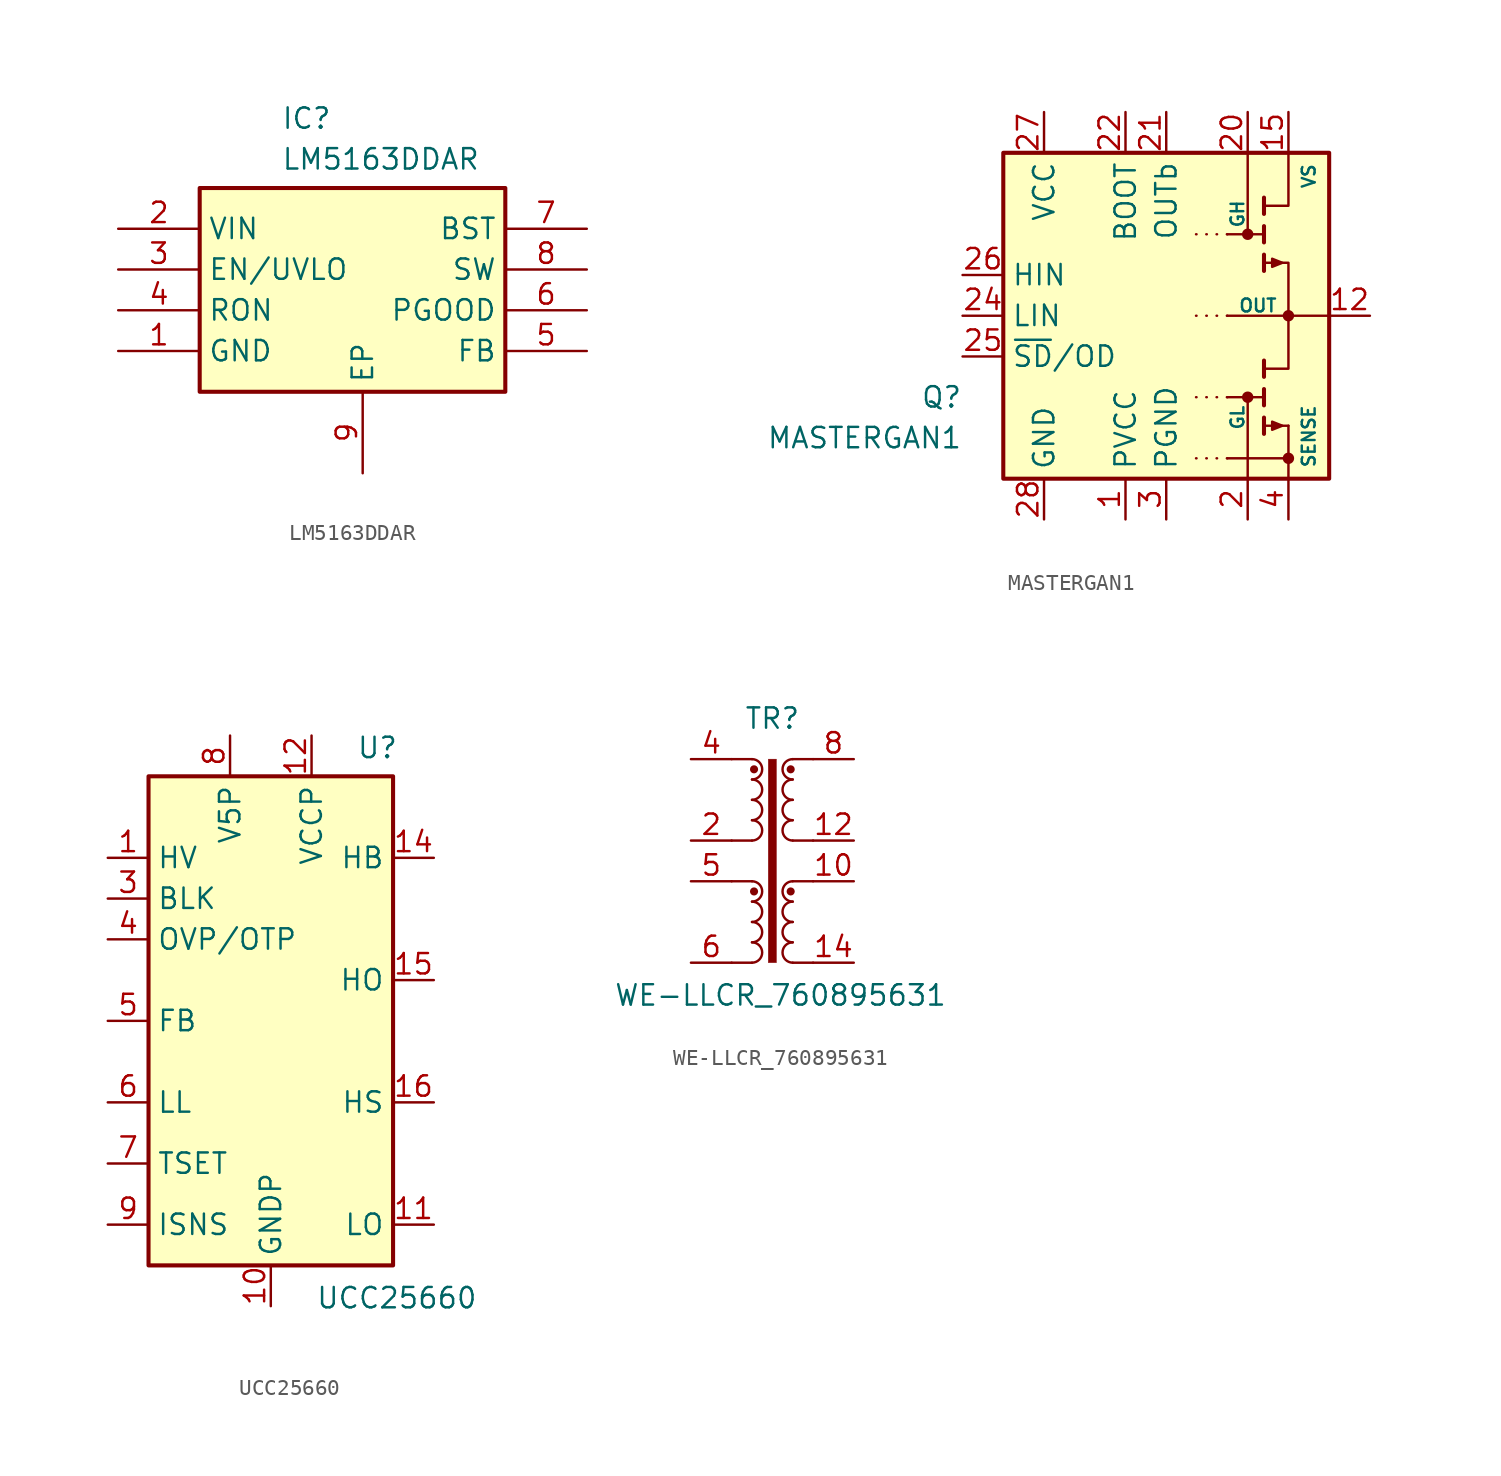
<source format=kicad_sym>
(kicad_symbol_lib
  (version 20231120)
  (generator "kicad_symbol_editor")
  (generator_version "8.0")
  (symbol "LM5163DDAR"
    (property "Reference" "IC"
      (at -5.08 11.43 0)
      (effects (font (size 1.27 1.27)) (justify left top)))
    (property "Value" "LM5163DDAR"
      (at -5.08 8.89 0)
      (effects (font (size 1.27 1.27)) (justify left top)))
    (symbol "LM5163DDAR_1_1"
      (rectangle (start -10.16 6.35) (end 8.89 -6.35) (stroke (width 0.254) (type default)) (fill (type background)))
      (pin passive line (at -15.24 -3.81 0) (length 5.08) (name "GND" (effects (font (size 1.27 1.27)))) (number "1" (effects (font (size 1.27 1.27)))))
      (pin passive line (at -15.24 3.81 0) (length 5.08) (name "VIN" (effects (font (size 1.27 1.27)))) (number "2" (effects (font (size 1.27 1.27)))))
      (pin passive line (at -15.24 1.27 0) (length 5.08) (name "EN/UVLO" (effects (font (size 1.27 1.27)))) (number "3" (effects (font (size 1.27 1.27)))))
      (pin passive line (at -15.24 -1.27 0) (length 5.08) (name "RON" (effects (font (size 1.27 1.27)))) (number "4" (effects (font (size 1.27 1.27)))))
      (pin passive line (at 13.97 -3.81 180) (length 5.08) (name "FB" (effects (font (size 1.27 1.27)))) (number "5" (effects (font (size 1.27 1.27)))))
      (pin passive line (at 13.97 -1.27 180) (length 5.08) (name "PGOOD" (effects (font (size 1.27 1.27)))) (number "6" (effects (font (size 1.27 1.27)))))
      (pin passive line (at 13.97 3.81 180) (length 5.08) (name "BST" (effects (font (size 1.27 1.27)))) (number "7" (effects (font (size 1.27 1.27)))))
      (pin passive line (at 13.97 1.27 180) (length 5.08) (name "SW" (effects (font (size 1.27 1.27)))) (number "8" (effects (font (size 1.27 1.27)))))
      (pin passive line (at 0 -11.43 90) (length 5.08) (name "EP" (effects (font (size 1.27 1.27)))) (number "9" (effects (font (size 1.27 1.27)))))))
  (symbol "MASTERGAN1"
    (property "Reference" "Q"
      (at -12.7 -5.08 0)
      (do_not_autoplace)
      (effects (font (size 1.27 1.27)) (justify right)))
    (property "Value" "MASTERGAN1"
      (at -12.7 -7.62 0)
      (do_not_autoplace)
      (effects (font (size 1.27 1.27)) (justify right)))
    (symbol "MASTERGAN1_0_1"
      (rectangle (start -10.16 10.16) (end 10.16 -10.16) (stroke (width 0.254) (type default)) (fill (type background)))
      (polyline (pts (xy 3.81 -5.08) (xy 6.096 -5.08)) (stroke (width 0) (type default)) (fill (type none)))
      (polyline (pts (xy 3.81 5.08) (xy 6.096 5.08)) (stroke (width 0) (type default)) (fill (type none)))
      (polyline (pts (xy 6.096 -6.35) (xy 6.096 -7.366)) (stroke (width 0.254) (type default)) (fill (type none)))
      (polyline (pts (xy 6.096 -4.572) (xy 6.096 -5.588)) (stroke (width 0.254) (type default)) (fill (type none)))
      (polyline (pts (xy 6.096 -2.794) (xy 6.096 -3.81)) (stroke (width 0.254) (type default)) (fill (type none)))
      (polyline (pts (xy 6.096 3.81) (xy 6.096 2.794)) (stroke (width 0.254) (type default)) (fill (type none)))
      (polyline (pts (xy 6.096 5.588) (xy 6.096 4.572)) (stroke (width 0.254) (type default)) (fill (type none)))
      (polyline (pts (xy 6.096 7.366) (xy 6.096 6.35)) (stroke (width 0.254) (type default)) (fill (type none)))
      (polyline (pts (xy 6.223 -6.858) (xy 7.62 -6.858)) (stroke (width 0) (type default)) (fill (type none)))
      (polyline (pts (xy 7.62 -8.89) (xy 3.81 -8.89)) (stroke (width 0) (type default)) (fill (type none)))
      (polyline (pts (xy 7.62 0) (xy 3.81 0)) (stroke (width 0) (type default)) (fill (type none)))
      (polyline (pts (xy 10.16 0) (xy 7.62 0)) (stroke (width 0) (type default)) (fill (type none)))
      (polyline (pts (xy 6.096 6.858) (xy 7.62 6.858) (xy 7.62 10.16)) (stroke (width 0) (type default)) (fill (type none)))
      (polyline (pts (xy 6.096 3.302) (xy 7.62 3.302) (xy 7.62 -3.302) (xy 6.096 -3.302)) (stroke (width 0) (type default)) (fill (type none)))
      (polyline (pts (xy 7.239 -6.858) (xy 6.604 -7.112) (xy 6.604 -6.604) (xy 7.239 -6.858)) (stroke (width 0) (type default)) (fill (type outline)))
      (polyline (pts (xy 7.239 3.302) (xy 6.604 3.048) (xy 6.604 3.556) (xy 7.239 3.302)) (stroke (width 0) (type default)) (fill (type outline)))
      (circle (center 5.08 -5.08) (radius 0.279) (stroke (width 0) (type default)) (fill (type outline)))
      (circle (center 5.08 5.08) (radius 0.279) (stroke (width 0) (type default)) (fill (type outline)))
      (circle (center 7.62 -8.89) (radius 0.279) (stroke (width 0) (type default)) (fill (type outline)))
      (circle (center 7.62 0) (radius 0.279) (stroke (width 0) (type default)) (fill (type outline))))
    (symbol "MASTERGAN1_1_1"
      (polyline (pts (xy 3.81 -8.89) (xy 1.27 -8.89)) (stroke (width 0) (type dot)) (fill (type none)))
      (polyline (pts (xy 3.81 -5.08) (xy 1.27 -5.08)) (stroke (width 0) (type dot)) (fill (type none)))
      (polyline (pts (xy 3.81 0) (xy 1.27 0)) (stroke (width 0) (type dot)) (fill (type none)))
      (polyline (pts (xy 3.81 5.08) (xy 1.27 5.08)) (stroke (width 0) (type dot)) (fill (type none)))
      (polyline (pts (xy 5.08 -5.08) (xy 5.08 -10.16)) (stroke (width 0) (type default)) (fill (type none)))
      (polyline (pts (xy 5.08 10.16) (xy 5.08 5.08)) (stroke (width 0) (type default)) (fill (type none)))
      (polyline (pts (xy 7.62 -10.16) (xy 7.62 -6.858)) (stroke (width 0) (type default)) (fill (type none)))
      (text "GH" (at 4.445 6.35 900) (effects (font (size 0.8 0.8) (color 0 100 100 1))))
      (text "GL" (at 4.445 -6.35 900) (effects (font (size 0.8 0.8) (color 0 100 100 1))))
      (text "OUT" (at 5.715 0.635 0) (effects (font (size 0.8 0.8) (color 0 100 100 1))))
      (text "SENSE" (at 8.89 -9.525 900) (effects (font (size 0.8 0.8) (color 0 100 100 1)) (justify left)))
      (text "VS" (at 8.89 9.525 900) (effects (font (size 0.8 0.8) (color 0 100 100 1)) (justify right)))
      (pin power_in line (at -2.54 -12.7 90) (length 2.54) (name "PVCC" (effects (font (size 1.27 1.27)))) (number "1" (effects (font (size 1.27 1.27)))))
      (pin passive line (at 7.62 -12.7 90) (length 2.54) hide (name "SENSE" (effects (font (size 1.27 1.27)))) (number "10" (effects (font (size 1.27 1.27)))))
      (pin passive line (at 7.62 -12.7 90) (length 2.54) hide (name "SENSE" (effects (font (size 1.27 1.27)))) (number "11" (effects (font (size 1.27 1.27)))))
      (pin passive line (at 12.7 0 180) (length 2.54) (name "~" (effects (font (size 1.27 1.27)))) (number "12" (effects (font (size 1.27 1.27)))))
      (pin passive line (at 12.7 0 180) (length 2.54) hide (name "OUT" (effects (font (size 1.27 1.27)))) (number "13" (effects (font (size 1.27 1.27)))))
      (pin passive line (at 12.7 0 180) (length 2.54) hide (name "OUT" (effects (font (size 1.27 1.27)))) (number "14" (effects (font (size 1.27 1.27)))))
      (pin passive line (at 7.62 12.7 270) (length 2.54) (name "~" (effects (font (size 1.27 1.27)))) (number "15" (effects (font (size 1.27 1.27)))))
      (pin passive line (at 7.62 12.7 270) (length 2.54) hide (name "VS" (effects (font (size 1.27 1.27)))) (number "16" (effects (font (size 1.27 1.27)))))
      (pin passive line (at 7.62 12.7 270) (length 2.54) hide (name "VS" (effects (font (size 1.27 1.27)))) (number "17" (effects (font (size 1.27 1.27)))))
      (pin passive line (at 7.62 12.7 270) (length 2.54) hide (name "VS" (effects (font (size 1.27 1.27)))) (number "18" (effects (font (size 1.27 1.27)))))
      (pin passive line (at 7.62 12.7 270) (length 2.54) hide (name "VS" (effects (font (size 1.27 1.27)))) (number "19" (effects (font (size 1.27 1.27)))))
      (pin output line (at 5.08 -12.7 90) (length 2.54) (name "~" (effects (font (size 1.27 1.27)))) (number "2" (effects (font (size 1.27 1.27)))))
      (pin output line (at 5.08 12.7 270) (length 2.54) (name "~" (effects (font (size 1.27 1.27)))) (number "20" (effects (font (size 1.27 1.27)))))
      (pin power_in line (at 0 12.7 270) (length 2.54) (name "OUTb" (effects (font (size 1.27 1.27)))) (number "21" (effects (font (size 1.27 1.27)))))
      (pin power_out line (at -2.54 12.7 270) (length 2.54) (name "BOOT" (effects (font (size 1.27 1.27)))) (number "22" (effects (font (size 1.27 1.27)))))
      (pin no_connect line (at -10.16 7.62 0) (length 2.54) hide (name "NC" (effects (font (size 1.27 1.27)))) (number "23" (effects (font (size 1.27 1.27)))))
      (pin input line (at -12.7 0 0) (length 2.54) (name "LIN" (effects (font (size 1.27 1.27)))) (number "24" (effects (font (size 1.27 1.27)))))
      (pin bidirectional line (at -12.7 -2.54 0) (length 2.54) (name "~{SD}/OD" (effects (font (size 1.27 1.27)))) (number "25" (effects (font (size 1.27 1.27)))))
      (pin input line (at -12.7 2.54 0) (length 2.54) (name "HIN" (effects (font (size 1.27 1.27)))) (number "26" (effects (font (size 1.27 1.27)))))
      (pin power_in line (at -7.62 12.7 270) (length 2.54) (name "VCC" (effects (font (size 1.27 1.27)))) (number "27" (effects (font (size 1.27 1.27)))))
      (pin power_in line (at -7.62 -12.7 90) (length 2.54) (name "GND" (effects (font (size 1.27 1.27)))) (number "28" (effects (font (size 1.27 1.27)))))
      (pin no_connect line (at -10.16 5.08 0) (length 2.54) hide (name "NC" (effects (font (size 1.27 1.27)))) (number "29" (effects (font (size 1.27 1.27)))))
      (pin power_in line (at 0 -12.7 90) (length 2.54) (name "PGND" (effects (font (size 1.27 1.27)))) (number "3" (effects (font (size 1.27 1.27)))))
      (pin no_connect line (at -10.16 -5.08 0) (length 2.54) hide (name "NC" (effects (font (size 1.27 1.27)))) (number "30" (effects (font (size 1.27 1.27)))))
      (pin no_connect line (at -10.16 -7.62 0) (length 2.54) hide (name "NC" (effects (font (size 1.27 1.27)))) (number "31" (effects (font (size 1.27 1.27)))))
      (pin passive line (at 7.62 -12.7 90) (length 2.54) (name "~" (effects (font (size 1.27 1.27)))) (number "4" (effects (font (size 1.27 1.27)))))
      (pin passive line (at 7.62 -12.7 90) (length 2.54) hide (name "SENSE" (effects (font (size 1.27 1.27)))) (number "5" (effects (font (size 1.27 1.27)))))
      (pin passive line (at 7.62 -12.7 90) (length 2.54) hide (name "SENSE" (effects (font (size 1.27 1.27)))) (number "6" (effects (font (size 1.27 1.27)))))
      (pin passive line (at 7.62 -12.7 90) (length 2.54) hide (name "SENSE" (effects (font (size 1.27 1.27)))) (number "7" (effects (font (size 1.27 1.27)))))
      (pin passive line (at 7.62 -12.7 90) (length 2.54) hide (name "SENSE" (effects (font (size 1.27 1.27)))) (number "8" (effects (font (size 1.27 1.27)))))
      (pin passive line (at 7.62 -12.7 90) (length 2.54) hide (name "SENSE" (effects (font (size 1.27 1.27)))) (number "9" (effects (font (size 1.27 1.27)))))
      (pin power_in line (at -7.62 -12.7 90) (length 2.54) hide (name "GND" (effects (font (size 1.27 1.27)))) (number "EP1" (effects (font (size 1.27 1.27)))))
      (pin passive line (at 7.62 -12.7 90) (length 2.54) hide (name "SENSE" (effects (font (size 1.27 1.27)))) (number "EP2" (effects (font (size 1.27 1.27)))))
      (pin passive line (at 12.7 0 180) (length 2.54) hide (name "OUT" (effects (font (size 1.27 1.27)))) (number "EP3" (effects (font (size 1.27 1.27)))))))
  (symbol "UCC25660"
    (property "Reference" "U"
      (at 5.334 17.018 0)
      (effects (font (size 1.27 1.27)) (justify left)))
    (property "Value" "UCC25660"
      (at 2.794 -17.272 0)
      (effects (font (size 1.27 1.27)) (justify left)))
    (symbol "UCC25660_0_1"
      (rectangle (start -7.62 15.24) (end 7.62 -15.24) (stroke (width 0.254) (type default)) (fill (type background))))
    (symbol "UCC25660_1_1"
      (pin input line (at -10.16 10.16 0) (length 2.54) (name "HV" (effects (font (size 1.27 1.27)))) (number "1" (effects (font (size 1.27 1.27)))))
      (pin power_in line (at 0 -17.78 90) (length 2.54) (name "GNDP" (effects (font (size 1.27 1.27)))) (number "10" (effects (font (size 1.27 1.27)))))
      (pin output line (at 10.16 -12.7 180) (length 2.54) (name "LO" (effects (font (size 1.27 1.27)))) (number "11" (effects (font (size 1.27 1.27)))))
      (pin power_in line (at 2.54 17.78 270) (length 2.54) (name "VCCP" (effects (font (size 1.27 1.27)))) (number "12" (effects (font (size 1.27 1.27)))))
      (pin input line (at 10.16 10.16 180) (length 2.54) (name "HB" (effects (font (size 1.27 1.27)))) (number "14" (effects (font (size 1.27 1.27)))))
      (pin output line (at 10.16 2.54 180) (length 2.54) (name "HO" (effects (font (size 1.27 1.27)))) (number "15" (effects (font (size 1.27 1.27)))))
      (pin input line (at 10.16 -5.08 180) (length 2.54) (name "HS" (effects (font (size 1.27 1.27)))) (number "16" (effects (font (size 1.27 1.27)))))
      (pin input line (at -10.16 7.62 0) (length 2.54) (name "BLK" (effects (font (size 1.27 1.27)))) (number "3" (effects (font (size 1.27 1.27)))))
      (pin input line (at -10.16 5.08 0) (length 2.54) (name "OVP/OTP" (effects (font (size 1.27 1.27)))) (number "4" (effects (font (size 1.27 1.27)))))
      (pin input line (at -10.16 0 0) (length 2.54) (name "FB" (effects (font (size 1.27 1.27)))) (number "5" (effects (font (size 1.27 1.27)))))
      (pin input line (at -10.16 -5.08 0) (length 2.54) (name "LL" (effects (font (size 1.27 1.27)))) (number "6" (effects (font (size 1.27 1.27)))))
      (pin bidirectional line (at -10.16 -8.89 0) (length 2.54) (name "TSET" (effects (font (size 1.27 1.27)))) (number "7" (effects (font (size 1.27 1.27)))))
      (pin power_out line (at -2.54 17.78 270) (length 2.54) (name "V5P" (effects (font (size 1.27 1.27)))) (number "8" (effects (font (size 1.27 1.27)))))
      (pin input line (at -10.16 -12.7 0) (length 2.54) (name "ISNS" (effects (font (size 1.27 1.27)))) (number "9" (effects (font (size 1.27 1.27)))))))
  (symbol "WE-LLCR_760895631"
    (property "Reference" "TR"
      (at 0 8.89 0)
      (effects (font (size 1.27 1.27))))
    (property "Value" "WE-LLCR_760895631"
      (at 0.508 -8.382 0)
      (effects (font (size 1.27 1.27))))
    (symbol "WE-LLCR_760895631_0_1"
      (arc (start -1.27 -6.35) (mid -0.6377 -5.715) (end -1.27 -5.08) (stroke (width 0) (type default)) (fill (type none)))
      (arc (start -1.27 -5.08) (mid -0.6377 -4.445) (end -1.27 -3.81) (stroke (width 0) (type default)) (fill (type none)))
      (arc (start -1.27 1.27) (mid -0.6377 1.905) (end -1.27 2.54) (stroke (width 0) (type default)) (fill (type none)))
      (arc (start -1.27 2.54) (mid -0.6377 3.175) (end -1.27 3.81) (stroke (width 0) (type default)) (fill (type none)))
      (rectangle (start -0.254 6.35) (end 0.254 -6.35) (stroke (width 0.025) (type default)) (fill (type outline)))
      (polyline (pts (xy -2.54 -6.35) (xy -1.27 -6.35)) (stroke (width 0) (type default)) (fill (type none)))
      (polyline (pts (xy -2.54 -1.27) (xy -1.27 -1.27)) (stroke (width 0) (type default)) (fill (type none)))
      (polyline (pts (xy -2.54 1.27) (xy -1.27 1.27)) (stroke (width 0) (type default)) (fill (type none)))
      (polyline (pts (xy -2.54 6.35) (xy -1.27 6.35)) (stroke (width 0) (type default)) (fill (type none)))
      (polyline (pts (xy 1.27 -6.35) (xy 2.54 -6.35)) (stroke (width 0) (type default)) (fill (type none)))
      (polyline (pts (xy 1.27 -1.27) (xy 2.54 -1.27)) (stroke (width 0) (type default)) (fill (type none)))
      (polyline (pts (xy 1.27 1.27) (xy 2.54 1.27)) (stroke (width 0) (type default)) (fill (type none)))
      (polyline (pts (xy 1.27 6.35) (xy 2.54 6.35)) (stroke (width 0) (type default)) (fill (type none))))
    (symbol "WE-LLCR_760895631_1_1"
      (arc (start -1.27 -3.81) (mid -0.6377 -3.175) (end -1.27 -2.54) (stroke (width 0) (type default)) (fill (type none)))
      (arc (start -1.27 -2.54) (mid -0.6377 -1.905) (end -1.27 -1.27) (stroke (width 0) (type default)) (fill (type none)))
      (arc (start -1.27 3.81) (mid -0.6377 4.445) (end -1.27 5.08) (stroke (width 0) (type default)) (fill (type none)))
      (arc (start -1.27 5.08) (mid -0.6377 5.715) (end -1.27 6.35) (stroke (width 0) (type default)) (fill (type none)))
      (circle (center -1.143 -1.905) (radius 0.127) (stroke (width 0.254) (type default)) (fill (type none)))
      (circle (center -1.143 5.715) (radius 0.127) (stroke (width 0.254) (type default)) (fill (type none)))
      (circle (center 1.143 -1.905) (radius 0.127) (stroke (width 0.254) (type default)) (fill (type none)))
      (circle (center 1.143 5.715) (radius 0.127) (stroke (width 0.254) (type default)) (fill (type none)))
      (arc (start 1.27 -5.08) (mid 0.6377 -5.715) (end 1.27 -6.35) (stroke (width 0) (type default)) (fill (type none)))
      (arc (start 1.27 -3.81) (mid 0.6377 -4.445) (end 1.27 -5.08) (stroke (width 0) (type default)) (fill (type none)))
      (arc (start 1.27 -2.54) (mid 0.6377 -3.175) (end 1.27 -3.81) (stroke (width 0) (type default)) (fill (type none)))
      (arc (start 1.27 -1.27) (mid 0.6377 -1.905) (end 1.27 -2.54) (stroke (width 0) (type default)) (fill (type none)))
      (arc (start 1.27 2.54) (mid 0.6377 1.905) (end 1.27 1.27) (stroke (width 0) (type default)) (fill (type none)))
      (arc (start 1.27 3.81) (mid 0.6377 3.175) (end 1.27 2.54) (stroke (width 0) (type default)) (fill (type none)))
      (arc (start 1.27 5.08) (mid 0.6377 4.445) (end 1.27 3.81) (stroke (width 0) (type default)) (fill (type none)))
      (arc (start 1.27 6.35) (mid 0.6377 5.715) (end 1.27 5.08) (stroke (width 0) (type default)) (fill (type none)))
      (pin no_connect line (at -1.27 1.27 90) (length 2.54) hide (name "NC" (effects (font (size 1.27 1.27)))) (number "1" (effects (font (size 1.27 1.27)))))
      (pin passive line (at 5.08 -1.27 180) (length 2.54) (name "~" (effects (font (size 1.27 1.27)))) (number "10" (effects (font (size 1.27 1.27)))))
      (pin no_connect line (at 1.27 1.27 90) (length 2.54) hide (name "NC" (effects (font (size 1.27 1.27)))) (number "11" (effects (font (size 1.27 1.27)))))
      (pin passive line (at 5.08 1.27 180) (length 2.54) (name "~" (effects (font (size 1.27 1.27)))) (number "12" (effects (font (size 1.27 1.27)))))
      (pin no_connect line (at 1.27 -6.35 90) (length 2.54) hide (name "NC" (effects (font (size 1.27 1.27)))) (number "13" (effects (font (size 1.27 1.27)))))
      (pin passive line (at 5.08 -6.35 180) (length 2.54) (name "~" (effects (font (size 1.27 1.27)))) (number "14" (effects (font (size 1.27 1.27)))))
      (pin passive line (at -5.08 1.27 0) (length 2.54) (name "~" (effects (font (size 1.27 1.27)))) (number "2" (effects (font (size 1.27 1.27)))))
      (pin no_connect line (at -1.27 6.35 270) (length 2.54) hide (name "NC" (effects (font (size 1.27 1.27)))) (number "3" (effects (font (size 1.27 1.27)))))
      (pin passive line (at -5.08 6.35 0) (length 2.54) (name "~" (effects (font (size 1.27 1.27)))) (number "4" (effects (font (size 1.27 1.27)))))
      (pin passive line (at -5.08 -1.27 0) (length 2.54) (name "~" (effects (font (size 1.27 1.27)))) (number "5" (effects (font (size 1.27 1.27)))))
      (pin passive line (at -5.08 -6.35 0) (length 2.54) (name "~" (effects (font (size 1.27 1.27)))) (number "6" (effects (font (size 1.27 1.27)))))
      (pin no_connect line (at 1.27 6.35 270) (length 2.54) hide (name "NC" (effects (font (size 1.27 1.27)))) (number "7" (effects (font (size 1.27 1.27)))))
      (pin passive line (at 5.08 6.35 180) (length 2.54) (name "~" (effects (font (size 1.27 1.27)))) (number "8" (effects (font (size 1.27 1.27)))))
      (pin no_connect line (at 1.27 -1.27 270) (length 2.54) hide (name "NC" (effects (font (size 1.27 1.27)))) (number "9" (effects (font (size 1.27 1.27))))))))
</source>
